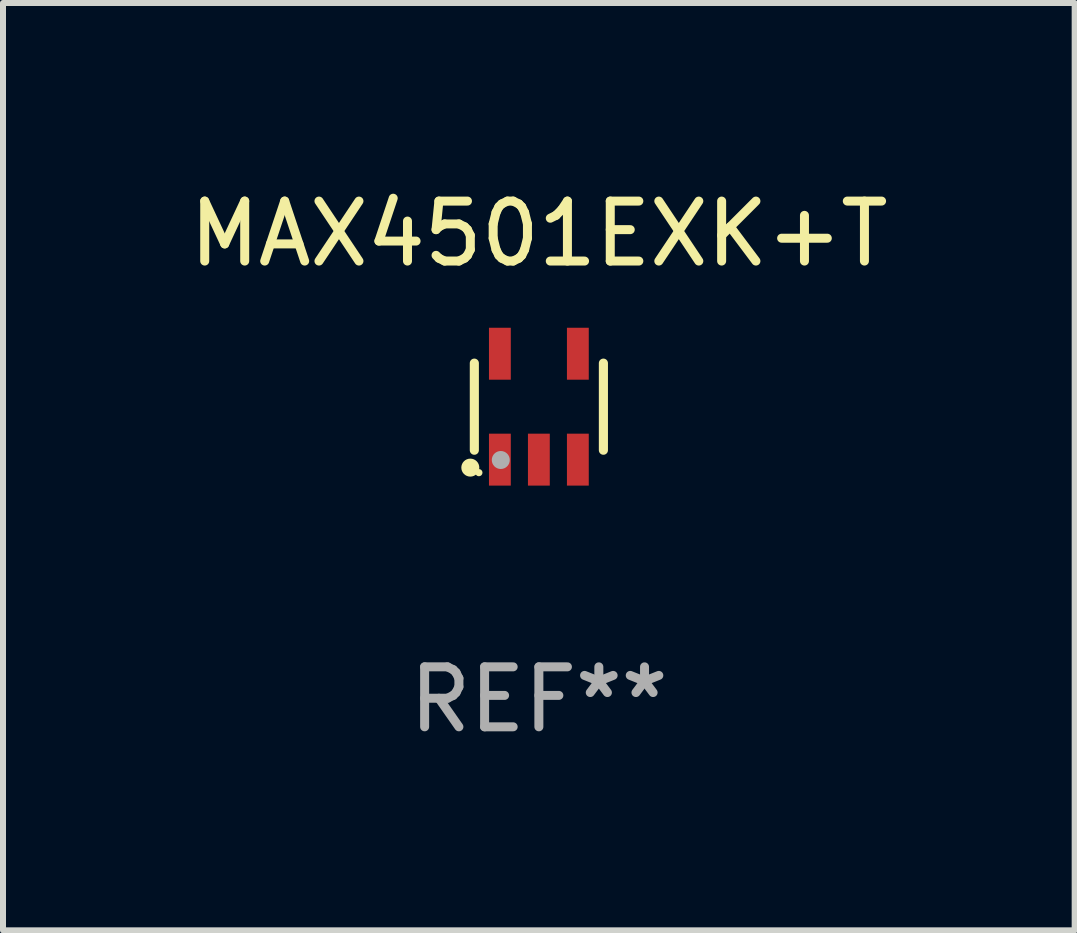
<source format=kicad_pcb>
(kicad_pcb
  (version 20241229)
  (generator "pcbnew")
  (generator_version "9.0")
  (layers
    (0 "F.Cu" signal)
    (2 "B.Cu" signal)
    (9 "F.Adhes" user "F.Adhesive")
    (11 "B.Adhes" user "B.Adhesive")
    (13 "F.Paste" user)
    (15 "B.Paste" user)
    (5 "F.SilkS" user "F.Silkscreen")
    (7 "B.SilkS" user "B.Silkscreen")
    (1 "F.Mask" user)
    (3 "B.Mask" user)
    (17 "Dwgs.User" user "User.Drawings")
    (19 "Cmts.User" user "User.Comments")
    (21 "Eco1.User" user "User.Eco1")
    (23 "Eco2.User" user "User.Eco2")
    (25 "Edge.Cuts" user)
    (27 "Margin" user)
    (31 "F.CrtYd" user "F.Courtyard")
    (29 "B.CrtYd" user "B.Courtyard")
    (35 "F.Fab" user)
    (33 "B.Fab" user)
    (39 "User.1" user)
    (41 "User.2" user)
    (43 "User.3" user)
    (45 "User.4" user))
  (footprint "MAX4501EXK+T"
    (layer "F.Cu")
    (at 5.935 3.731)
    (property "Reference" "MAX4501EXK+T" (at 0 -2.883 0) (layer "F.SilkS") (effects (font (size 1 1) (thickness 0.15))))
    (attr through_hole)
    (fp_line (start -1.076 0.726) (end -1.076 -0.726) (stroke (width 0.152) (type solid)) (layer "F.SilkS"))
    (fp_line (start 1.076 0.726) (end 1.076 -0.726) (stroke (width 0.152) (type solid)) (layer "F.SilkS"))
    (fp_circle (center -1.143 1.016) (end -1.068 1.016) (stroke (width 0.15) (type solid)) (fill no) (layer "F.SilkS"))
    (fp_circle (center -1 1.1) (end -0.97 1.1) (stroke (width 0.06) (type solid)) (fill no) (layer "F.SilkS"))
    (fp_circle (center -0.635 0.889) (end -0.56 0.889) (stroke (width 0.15) (type solid)) (fill no) (layer "F.Fab"))
    (fp_text user "REF**" (at 0 4.883 0) (layer "F.Fab") (effects (font (size 1 1) (thickness 0.15))))
    (pad "1" smd rect (at -0.65 0.883) (size 0.364 0.866) (layers "F.Cu" "F.Mask" "F.Paste"))
    (pad "2" smd rect (at 0 0.883) (size 0.364 0.866) (layers "F.Cu" "F.Mask" "F.Paste"))
    (pad "3" smd rect (at 0.65 0.883) (size 0.364 0.866) (layers "F.Cu" "F.Mask" "F.Paste"))
    (pad "4" smd rect (at 0.65 -0.883) (size 0.364 0.866) (layers "F.Cu" "F.Mask" "F.Paste"))
    (pad "5" smd rect (at -0.65 -0.883) (size 0.364 0.866) (layers "F.Cu" "F.Mask" "F.Paste")))
  (gr_rect
    (start -3 -3)
    (end 14.869 12.462)
    (stroke (width 0.1) (type default))
    (fill no)
    (layer "Edge.Cuts")))
</source>
